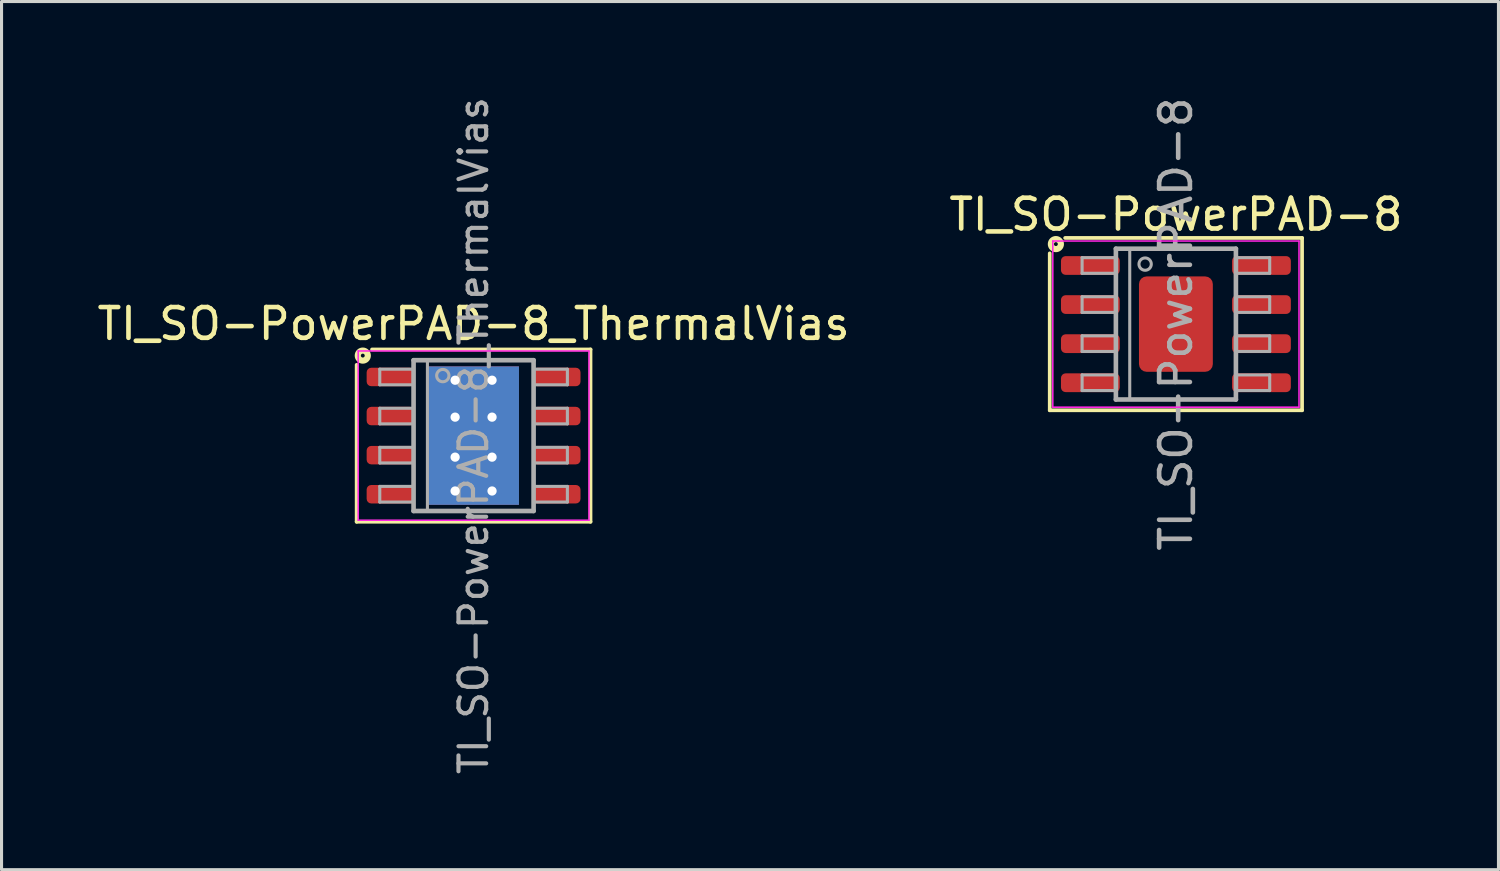
<source format=kicad_pcb>
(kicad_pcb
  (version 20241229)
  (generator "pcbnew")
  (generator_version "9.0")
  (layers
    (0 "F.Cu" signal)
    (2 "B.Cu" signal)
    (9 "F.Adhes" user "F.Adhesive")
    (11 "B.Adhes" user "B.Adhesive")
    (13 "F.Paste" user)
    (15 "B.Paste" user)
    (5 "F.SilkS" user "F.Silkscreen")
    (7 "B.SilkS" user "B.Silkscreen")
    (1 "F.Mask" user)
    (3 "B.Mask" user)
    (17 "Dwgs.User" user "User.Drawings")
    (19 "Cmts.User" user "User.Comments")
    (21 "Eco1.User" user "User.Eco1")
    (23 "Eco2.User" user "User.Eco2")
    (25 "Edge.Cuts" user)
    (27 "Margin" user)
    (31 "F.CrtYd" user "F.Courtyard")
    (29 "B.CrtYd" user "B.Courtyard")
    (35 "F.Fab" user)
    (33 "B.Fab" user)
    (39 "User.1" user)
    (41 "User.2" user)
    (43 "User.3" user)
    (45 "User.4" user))
  (footprint "TI_SO-PowerPAD-8"
    (layer "F.Cu")
    (at 35.161 7.482)
    (property "Reference" "TI_SO-PowerPAD-8" (at 0 -3.562 0) (layer "F.SilkS") (effects (font (size 1 1) (thickness 0.15))))
    (attr smd)
    (fp_line (start -4.1 -2.3) (end -4.1 2.8) (stroke (width 0.12) (type solid)) (layer "F.SilkS"))
    (fp_line (start -4.1 2.8) (end 4.1 2.8) (stroke (width 0.12) (type solid)) (layer "F.SilkS"))
    (fp_line (start 4.1 -2.8) (end -3.6 -2.8) (stroke (width 0.12) (type solid)) (layer "F.SilkS"))
    (fp_line (start 4.1 2.8) (end 4.1 -2.8) (stroke (width 0.12) (type solid)) (layer "F.SilkS"))
    (fp_circle (center -3.9 -2.6) (end -3.837 -2.6) (stroke (width 0.2) (type solid)) (fill no) (layer "F.SilkS"))
    (fp_line (start -4 -2.7) (end -4 2.7) (stroke (width 0.05) (type solid)) (layer "F.CrtYd"))
    (fp_line (start -4 -2.7) (end 4 -2.7) (stroke (width 0.05) (type solid)) (layer "F.CrtYd"))
    (fp_line (start -4 2.7) (end 4 2.7) (stroke (width 0.05) (type solid)) (layer "F.CrtYd"))
    (fp_line (start 4 -2.7) (end 4 2.7) (stroke (width 0.05) (type solid)) (layer "F.CrtYd"))
    (fp_line (start -3.048 -2.159) (end -3.048 -1.651) (stroke (width 0.1) (type solid)) (layer "F.Fab"))
    (fp_line (start -3.048 -2.159) (end -1.968 -2.159) (stroke (width 0.1) (type solid)) (layer "F.Fab"))
    (fp_line (start -3.048 -1.651) (end -1.968 -1.651) (stroke (width 0.1) (type solid)) (layer "F.Fab"))
    (fp_line (start -3.048 -0.889) (end -3.048 -0.381) (stroke (width 0.1) (type solid)) (layer "F.Fab"))
    (fp_line (start -3.048 -0.889) (end -1.968 -0.889) (stroke (width 0.1) (type solid)) (layer "F.Fab"))
    (fp_line (start -3.048 -0.381) (end -1.968 -0.381) (stroke (width 0.1) (type solid)) (layer "F.Fab"))
    (fp_line (start -3.048 0.381) (end -3.048 0.889) (stroke (width 0.1) (type solid)) (layer "F.Fab"))
    (fp_line (start -3.048 0.381) (end -1.968 0.381) (stroke (width 0.1) (type solid)) (layer "F.Fab"))
    (fp_line (start -3.048 0.889) (end -1.968 0.889) (stroke (width 0.1) (type solid)) (layer "F.Fab"))
    (fp_line (start -3.048 1.651) (end -3.048 2.159) (stroke (width 0.1) (type solid)) (layer "F.Fab"))
    (fp_line (start -3.048 1.651) (end -1.968 1.651) (stroke (width 0.1) (type solid)) (layer "F.Fab"))
    (fp_line (start -3.048 2.159) (end -1.968 2.159) (stroke (width 0.1) (type solid)) (layer "F.Fab"))
    (fp_line (start -1.95 -2.45) (end 1.95 -2.45) (stroke (width 0.15) (type solid)) (layer "F.Fab"))
    (fp_line (start -1.95 2.45) (end -1.95 -2.45) (stroke (width 0.15) (type solid)) (layer "F.Fab"))
    (fp_line (start -1.5 -2.45) (end -1.5 2.45) (stroke (width 0.1) (type solid)) (layer "F.Fab"))
    (fp_line (start 1.95 -2.45) (end 1.95 2.45) (stroke (width 0.15) (type solid)) (layer "F.Fab"))
    (fp_line (start 1.95 2.45) (end -1.95 2.45) (stroke (width 0.15) (type solid)) (layer "F.Fab"))
    (fp_line (start 3.048 -2.159) (end 1.968 -2.159) (stroke (width 0.1) (type solid)) (layer "F.Fab"))
    (fp_line (start 3.048 -1.651) (end 1.968 -1.651) (stroke (width 0.1) (type solid)) (layer "F.Fab"))
    (fp_line (start 3.048 -1.651) (end 3.048 -2.159) (stroke (width 0.1) (type solid)) (layer "F.Fab"))
    (fp_line (start 3.048 -0.889) (end 1.968 -0.889) (stroke (width 0.1) (type solid)) (layer "F.Fab"))
    (fp_line (start 3.048 -0.381) (end 1.968 -0.381) (stroke (width 0.1) (type solid)) (layer "F.Fab"))
    (fp_line (start 3.048 -0.381) (end 3.048 -0.889) (stroke (width 0.1) (type solid)) (layer "F.Fab"))
    (fp_line (start 3.048 0.381) (end 1.968 0.381) (stroke (width 0.1) (type solid)) (layer "F.Fab"))
    (fp_line (start 3.048 0.889) (end 1.968 0.889) (stroke (width 0.1) (type solid)) (layer "F.Fab"))
    (fp_line (start 3.048 0.889) (end 3.048 0.381) (stroke (width 0.1) (type solid)) (layer "F.Fab"))
    (fp_line (start 3.048 1.651) (end 1.968 1.651) (stroke (width 0.1) (type solid)) (layer "F.Fab"))
    (fp_line (start 3.048 2.159) (end 1.968 2.159) (stroke (width 0.1) (type solid)) (layer "F.Fab"))
    (fp_line (start 3.048 2.159) (end 3.048 1.651) (stroke (width 0.1) (type solid)) (layer "F.Fab"))
    (fp_circle (center -1 -1.95) (end -0.8 -1.95) (stroke (width 0.1) (type solid)) (fill no) (layer "F.Fab"))
    (fp_text user "${REFERENCE}" (at 0 0 90) (layer "F.Fab") (effects (font (size 1 1) (thickness 0.15))))
    (pad "" smd roundrect (at -0.6 -0.8) (size 0.8 1.2) (layers "F.Paste") (roundrect_rratio 0.25))
    (pad "" smd roundrect (at -0.6 0.8) (size 0.8 1.2) (layers "F.Paste") (roundrect_rratio 0.25))
    (pad "" smd roundrect (at 0.6 -0.8) (size 0.8 1.2) (layers "F.Paste") (roundrect_rratio 0.25))
    (pad "" smd roundrect (at 0.6 0.8) (size 0.8 1.2) (layers "F.Paste") (roundrect_rratio 0.25))
    (pad "1" smd roundrect (at -2.78 -1.905) (size 1.91 0.61) (layers "F.Cu" "F.Mask" "F.Paste") (roundrect_rratio 0.25))
    (pad "2" smd roundrect (at -2.78 -0.635) (size 1.91 0.61) (layers "F.Cu" "F.Mask" "F.Paste") (roundrect_rratio 0.25))
    (pad "3" smd roundrect (at -2.78 0.635) (size 1.91 0.61) (layers "F.Cu" "F.Mask" "F.Paste") (roundrect_rratio 0.25))
    (pad "4" smd roundrect (at -2.78 1.905) (size 1.91 0.61) (layers "F.Cu" "F.Mask" "F.Paste") (roundrect_rratio 0.25))
    (pad "5" smd roundrect (at 2.78 1.905) (size 1.91 0.61) (layers "F.Cu" "F.Mask" "F.Paste") (roundrect_rratio 0.25))
    (pad "6" smd roundrect (at 2.78 0.635) (size 1.91 0.61) (layers "F.Cu" "F.Mask" "F.Paste") (roundrect_rratio 0.25))
    (pad "7" smd roundrect (at 2.78 -0.635) (size 1.91 0.61) (layers "F.Cu" "F.Mask" "F.Paste") (roundrect_rratio 0.25))
    (pad "8" smd roundrect (at 2.78 -1.905) (size 1.91 0.61) (layers "F.Cu" "F.Mask" "F.Paste") (roundrect_rratio 0.25))
    (pad "9" smd roundrect (at 0 0) (size 2.4 3.1) (layers "F.Cu" "F.Mask") (roundrect_rratio 0.104)))
  (footprint "TI_SO-PowerPAD-8_ThermalVias"
    (layer "F.Cu")
    (at 12.339 11.105)
    (property "Reference" "TI_SO-PowerPAD-8_ThermalVias" (at 0 -3.633 0) (layer "F.SilkS") (effects (font (size 1 1) (thickness 0.15))))
    (attr smd)
    (fp_line (start -3.8 -2.3) (end -3.8 2.8) (stroke (width 0.12) (type solid)) (layer "F.SilkS"))
    (fp_line (start -3.8 2.8) (end 3.8 2.8) (stroke (width 0.12) (type solid)) (layer "F.SilkS"))
    (fp_line (start 3.8 -2.8) (end -3.3 -2.8) (stroke (width 0.12) (type solid)) (layer "F.SilkS"))
    (fp_line (start 3.8 2.8) (end 3.8 -2.8) (stroke (width 0.12) (type solid)) (layer "F.SilkS"))
    (fp_circle (center -3.6 -2.6) (end -3.537 -2.6) (stroke (width 0.2) (type solid)) (fill no) (layer "F.SilkS"))
    (fp_line (start -3.75 -2.75) (end -3.75 2.75) (stroke (width 0.05) (type solid)) (layer "F.CrtYd"))
    (fp_line (start -3.75 -2.75) (end 3.75 -2.75) (stroke (width 0.05) (type solid)) (layer "F.CrtYd"))
    (fp_line (start -3.75 2.75) (end 3.75 2.75) (stroke (width 0.05) (type solid)) (layer "F.CrtYd"))
    (fp_line (start 3.75 -2.75) (end 3.75 2.75) (stroke (width 0.05) (type solid)) (layer "F.CrtYd"))
    (fp_line (start -3.048 -2.159) (end -3.048 -1.651) (stroke (width 0.1) (type solid)) (layer "F.Fab"))
    (fp_line (start -3.048 -2.159) (end -1.968 -2.159) (stroke (width 0.1) (type solid)) (layer "F.Fab"))
    (fp_line (start -3.048 -1.651) (end -1.968 -1.651) (stroke (width 0.1) (type solid)) (layer "F.Fab"))
    (fp_line (start -3.048 -0.889) (end -3.048 -0.381) (stroke (width 0.1) (type solid)) (layer "F.Fab"))
    (fp_line (start -3.048 -0.889) (end -1.968 -0.889) (stroke (width 0.1) (type solid)) (layer "F.Fab"))
    (fp_line (start -3.048 -0.381) (end -1.968 -0.381) (stroke (width 0.1) (type solid)) (layer "F.Fab"))
    (fp_line (start -3.048 0.381) (end -3.048 0.889) (stroke (width 0.1) (type solid)) (layer "F.Fab"))
    (fp_line (start -3.048 0.381) (end -1.968 0.381) (stroke (width 0.1) (type solid)) (layer "F.Fab"))
    (fp_line (start -3.048 0.889) (end -1.968 0.889) (stroke (width 0.1) (type solid)) (layer "F.Fab"))
    (fp_line (start -3.048 1.651) (end -3.048 2.159) (stroke (width 0.1) (type solid)) (layer "F.Fab"))
    (fp_line (start -3.048 1.651) (end -1.968 1.651) (stroke (width 0.1) (type solid)) (layer "F.Fab"))
    (fp_line (start -3.048 2.159) (end -1.968 2.159) (stroke (width 0.1) (type solid)) (layer "F.Fab"))
    (fp_line (start -1.95 -2.45) (end 1.95 -2.45) (stroke (width 0.15) (type solid)) (layer "F.Fab"))
    (fp_line (start -1.95 2.45) (end -1.95 -2.45) (stroke (width 0.15) (type solid)) (layer "F.Fab"))
    (fp_line (start -1.5 -2.45) (end -1.5 2.45) (stroke (width 0.1) (type solid)) (layer "F.Fab"))
    (fp_line (start 1.95 -2.45) (end 1.95 2.45) (stroke (width 0.15) (type solid)) (layer "F.Fab"))
    (fp_line (start 1.95 2.45) (end -1.95 2.45) (stroke (width 0.15) (type solid)) (layer "F.Fab"))
    (fp_line (start 3.048 -2.159) (end 1.968 -2.159) (stroke (width 0.1) (type solid)) (layer "F.Fab"))
    (fp_line (start 3.048 -1.651) (end 1.968 -1.651) (stroke (width 0.1) (type solid)) (layer "F.Fab"))
    (fp_line (start 3.048 -1.651) (end 3.048 -2.159) (stroke (width 0.1) (type solid)) (layer "F.Fab"))
    (fp_line (start 3.048 -0.889) (end 1.968 -0.889) (stroke (width 0.1) (type solid)) (layer "F.Fab"))
    (fp_line (start 3.048 -0.381) (end 1.968 -0.381) (stroke (width 0.1) (type solid)) (layer "F.Fab"))
    (fp_line (start 3.048 -0.381) (end 3.048 -0.889) (stroke (width 0.1) (type solid)) (layer "F.Fab"))
    (fp_line (start 3.048 0.381) (end 1.968 0.381) (stroke (width 0.1) (type solid)) (layer "F.Fab"))
    (fp_line (start 3.048 0.889) (end 1.968 0.889) (stroke (width 0.1) (type solid)) (layer "F.Fab"))
    (fp_line (start 3.048 0.889) (end 3.048 0.381) (stroke (width 0.1) (type solid)) (layer "F.Fab"))
    (fp_line (start 3.048 1.651) (end 1.968 1.651) (stroke (width 0.1) (type solid)) (layer "F.Fab"))
    (fp_line (start 3.048 2.159) (end 1.968 2.159) (stroke (width 0.1) (type solid)) (layer "F.Fab"))
    (fp_line (start 3.048 2.159) (end 3.048 1.651) (stroke (width 0.1) (type solid)) (layer "F.Fab"))
    (fp_circle (center -1 -1.95) (end -0.8 -1.95) (stroke (width 0.1) (type solid)) (fill no) (layer "F.Fab"))
    (fp_text user "${REFERENCE}" (at 0 0 90) (layer "F.Fab") (effects (font (size 0.9 0.9) (thickness 0.135))))
    (pad "" smd roundrect (at -0.6 -0.8) (size 0.8 1.2) (layers "F.Paste") (roundrect_rratio 0.25))
    (pad "" smd roundrect (at -0.6 0.8) (size 0.8 1.2) (layers "F.Paste") (roundrect_rratio 0.25))
    (pad "" smd roundrect (at 0.6 -0.8) (size 0.8 1.2) (layers "F.Paste") (roundrect_rratio 0.25))
    (pad "" smd roundrect (at 0.6 0.8) (size 0.8 1.2) (layers "F.Paste") (roundrect_rratio 0.25))
    (pad "1" smd roundrect (at -2.7 -1.905) (size 1.55 0.6) (layers "F.Cu" "F.Mask" "F.Paste") (roundrect_rratio 0.25))
    (pad "2" smd roundrect (at -2.7 -0.635) (size 1.55 0.6) (layers "F.Cu" "F.Mask" "F.Paste") (roundrect_rratio 0.25))
    (pad "3" smd roundrect (at -2.7 0.635) (size 1.55 0.6) (layers "F.Cu" "F.Mask" "F.Paste") (roundrect_rratio 0.25))
    (pad "4" smd roundrect (at -2.7 1.905) (size 1.55 0.6) (layers "F.Cu" "F.Mask" "F.Paste") (roundrect_rratio 0.25))
    (pad "5" smd roundrect (at 2.7 1.905) (size 1.55 0.6) (layers "F.Cu" "F.Mask" "F.Paste") (roundrect_rratio 0.25))
    (pad "6" smd roundrect (at 2.7 0.635) (size 1.55 0.6) (layers "F.Cu" "F.Mask" "F.Paste") (roundrect_rratio 0.25))
    (pad "7" smd roundrect (at 2.7 -0.635) (size 1.55 0.6) (layers "F.Cu" "F.Mask" "F.Paste") (roundrect_rratio 0.25))
    (pad "8" smd roundrect (at 2.7 -1.905) (size 1.55 0.6) (layers "F.Cu" "F.Mask" "F.Paste") (roundrect_rratio 0.25))
    (pad "9" thru_hole circle (at -0.6 -1.8) (size 0.6 0.6) (drill 0.3) (property pad_prop_heatsink) (layers "*.Cu"))
    (pad "9" thru_hole circle (at -0.6 -0.6) (size 0.6 0.6) (drill 0.3) (property pad_prop_heatsink) (layers "*.Cu"))
    (pad "9" thru_hole circle (at -0.6 0.7) (size 0.6 0.6) (drill 0.3) (property pad_prop_heatsink) (layers "*.Cu"))
    (pad "9" thru_hole circle (at -0.6 1.8) (size 0.6 0.6) (drill 0.3) (property pad_prop_heatsink) (layers "*.Cu"))
    (pad "9" smd roundrect (at 0 0) (size 2.6 3.1) (layers "F.Cu" "F.Mask") (roundrect_rratio 0.096))
    (pad "9" smd rect (at 0 0) (size 2.95 4.5) (layers "F.Cu"))
    (pad "9" smd rect (at 0 0) (size 2.95 4.5) (layers "B.Cu" "B.Mask"))
    (pad "9" thru_hole circle (at 0.6 -1.8) (size 0.6 0.6) (drill 0.3) (property pad_prop_heatsink) (layers "*.Cu"))
    (pad "9" thru_hole circle (at 0.6 -0.6) (size 0.6 0.6) (drill 0.3) (property pad_prop_heatsink) (layers "*.Cu"))
    (pad "9" thru_hole circle (at 0.6 0.7) (size 0.6 0.6) (drill 0.3) (property pad_prop_heatsink) (layers "*.Cu"))
    (pad "9" thru_hole circle (at 0.6 1.8) (size 0.6 0.6) (drill 0.3) (property pad_prop_heatsink) (layers "*.Cu")))
  (gr_rect
    (start -3 -3)
    (end 45.643 25.211)
    (stroke (width 0.1) (type default))
    (fill no)
    (layer "Edge.Cuts")))
</source>
